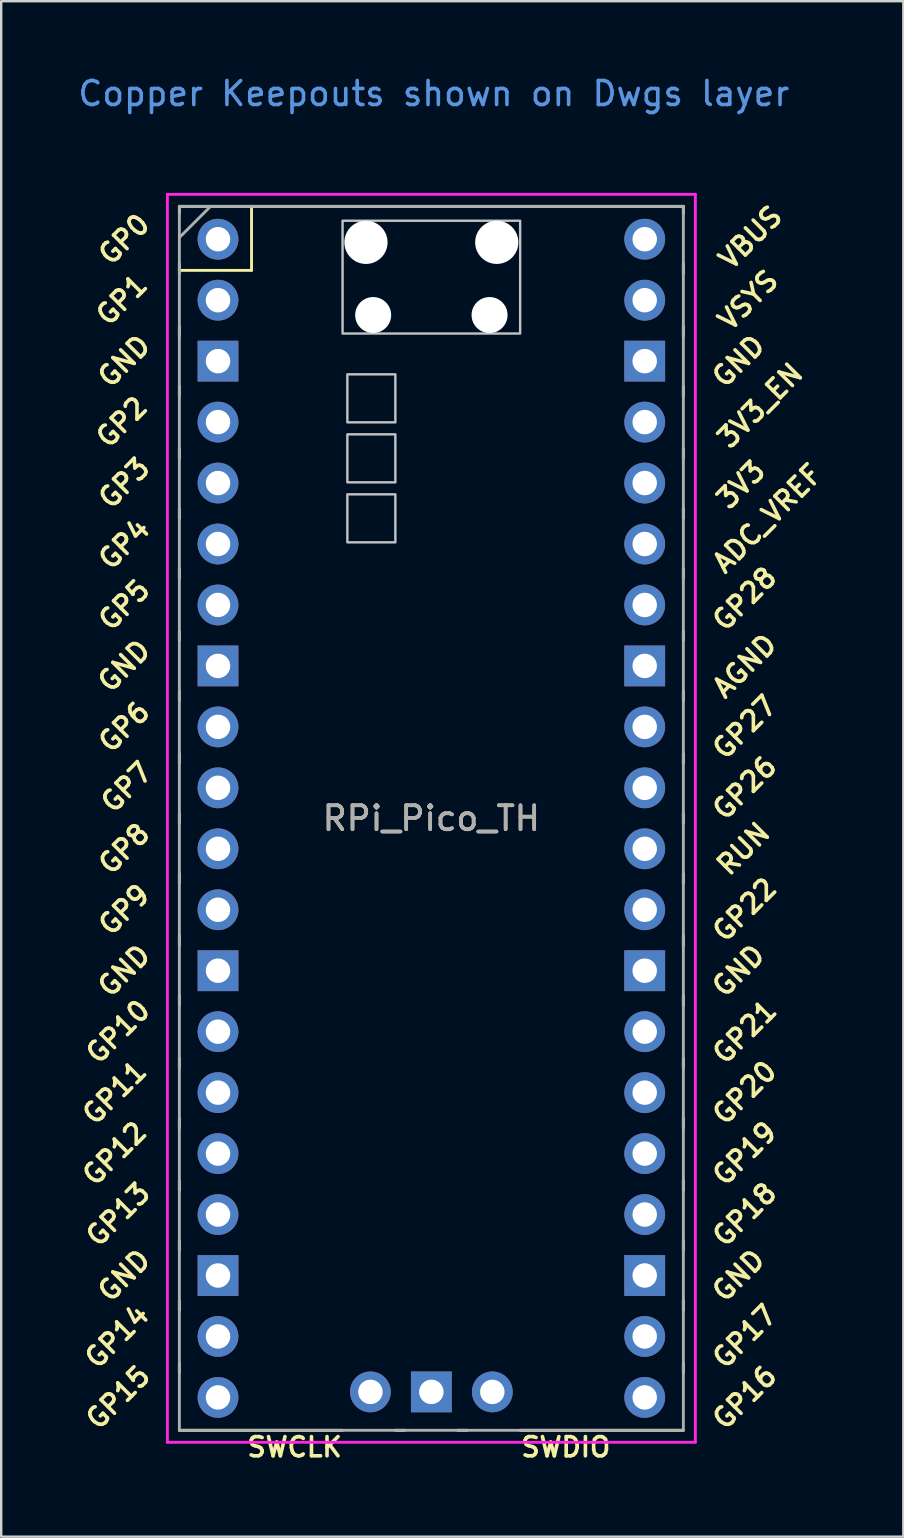
<source format=kicad_pcb>
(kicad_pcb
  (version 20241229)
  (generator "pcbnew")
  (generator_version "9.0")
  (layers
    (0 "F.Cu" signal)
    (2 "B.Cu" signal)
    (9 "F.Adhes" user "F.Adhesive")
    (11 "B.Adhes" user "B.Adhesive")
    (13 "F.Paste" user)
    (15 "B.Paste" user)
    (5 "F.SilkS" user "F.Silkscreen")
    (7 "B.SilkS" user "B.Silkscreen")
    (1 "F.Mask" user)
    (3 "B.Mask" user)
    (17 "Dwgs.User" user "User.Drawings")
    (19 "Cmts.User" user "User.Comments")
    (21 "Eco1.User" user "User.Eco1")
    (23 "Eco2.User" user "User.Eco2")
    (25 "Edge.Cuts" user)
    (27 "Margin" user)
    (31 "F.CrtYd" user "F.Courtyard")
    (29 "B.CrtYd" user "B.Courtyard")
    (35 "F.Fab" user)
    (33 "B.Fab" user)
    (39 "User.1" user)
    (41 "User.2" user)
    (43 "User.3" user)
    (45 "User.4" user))
  (footprint "RPi_Pico_TH"
    (layer "F.Cu")
    (at 14.924 31.048)
    (property "Reference" "RPi_Pico_TH" (at 0 0 0) (layer "F.SilkS") (effects (font (size 1 1) (thickness 0.15))))
    (attr through_hole)
    (fp_line (start -10.5 -25.5) (end -10.5 -25.2) (stroke (width 0.12) (type solid)) (layer "F.SilkS"))
    (fp_line (start -10.5 -25.5) (end 10.5 -25.5) (stroke (width 0.12) (type solid)) (layer "F.SilkS"))
    (fp_line (start -10.5 -23.1) (end -10.5 -22.7) (stroke (width 0.12) (type solid)) (layer "F.SilkS"))
    (fp_line (start -10.5 -22.833) (end -7.493 -22.833) (stroke (width 0.12) (type solid)) (layer "F.SilkS"))
    (fp_line (start -10.5 -20.5) (end -10.5 -20.1) (stroke (width 0.12) (type solid)) (layer "F.SilkS"))
    (fp_line (start -10.5 -18) (end -10.5 -17.6) (stroke (width 0.12) (type solid)) (layer "F.SilkS"))
    (fp_line (start -10.5 -15.4) (end -10.5 -15) (stroke (width 0.12) (type solid)) (layer "F.SilkS"))
    (fp_line (start -10.5 -12.9) (end -10.5 -12.5) (stroke (width 0.12) (type solid)) (layer "F.SilkS"))
    (fp_line (start -10.5 -10.4) (end -10.5 -10) (stroke (width 0.12) (type solid)) (layer "F.SilkS"))
    (fp_line (start -10.5 -7.8) (end -10.5 -7.4) (stroke (width 0.12) (type solid)) (layer "F.SilkS"))
    (fp_line (start -10.5 -5.3) (end -10.5 -4.9) (stroke (width 0.12) (type solid)) (layer "F.SilkS"))
    (fp_line (start -10.5 -2.7) (end -10.5 -2.3) (stroke (width 0.12) (type solid)) (layer "F.SilkS"))
    (fp_line (start -10.5 -0.2) (end -10.5 0.2) (stroke (width 0.12) (type solid)) (layer "F.SilkS"))
    (fp_line (start -10.5 2.3) (end -10.5 2.7) (stroke (width 0.12) (type solid)) (layer "F.SilkS"))
    (fp_line (start -10.5 4.9) (end -10.5 5.3) (stroke (width 0.12) (type solid)) (layer "F.SilkS"))
    (fp_line (start -10.5 7.4) (end -10.5 7.8) (stroke (width 0.12) (type solid)) (layer "F.SilkS"))
    (fp_line (start -10.5 10) (end -10.5 10.4) (stroke (width 0.12) (type solid)) (layer "F.SilkS"))
    (fp_line (start -10.5 12.5) (end -10.5 12.9) (stroke (width 0.12) (type solid)) (layer "F.SilkS"))
    (fp_line (start -10.5 15.1) (end -10.5 15.5) (stroke (width 0.12) (type solid)) (layer "F.SilkS"))
    (fp_line (start -10.5 17.6) (end -10.5 18) (stroke (width 0.12) (type solid)) (layer "F.SilkS"))
    (fp_line (start -10.5 20.1) (end -10.5 20.5) (stroke (width 0.12) (type solid)) (layer "F.SilkS"))
    (fp_line (start -10.5 22.7) (end -10.5 23.1) (stroke (width 0.12) (type solid)) (layer "F.SilkS"))
    (fp_line (start -7.493 -22.833) (end -7.493 -25.5) (stroke (width 0.12) (type solid)) (layer "F.SilkS"))
    (fp_line (start -3.7 25.5) (end -10.5 25.5) (stroke (width 0.12) (type solid)) (layer "F.SilkS"))
    (fp_line (start -1.5 25.5) (end -1.1 25.5) (stroke (width 0.12) (type solid)) (layer "F.SilkS"))
    (fp_line (start 1.1 25.5) (end 1.5 25.5) (stroke (width 0.12) (type solid)) (layer "F.SilkS"))
    (fp_line (start 10.5 -25.5) (end 10.5 -25.2) (stroke (width 0.12) (type solid)) (layer "F.SilkS"))
    (fp_line (start 10.5 -23.1) (end 10.5 -22.7) (stroke (width 0.12) (type solid)) (layer "F.SilkS"))
    (fp_line (start 10.5 -20.5) (end 10.5 -20.1) (stroke (width 0.12) (type solid)) (layer "F.SilkS"))
    (fp_line (start 10.5 -18) (end 10.5 -17.6) (stroke (width 0.12) (type solid)) (layer "F.SilkS"))
    (fp_line (start 10.5 -15.4) (end 10.5 -15) (stroke (width 0.12) (type solid)) (layer "F.SilkS"))
    (fp_line (start 10.5 -12.9) (end 10.5 -12.5) (stroke (width 0.12) (type solid)) (layer "F.SilkS"))
    (fp_line (start 10.5 -10.4) (end 10.5 -10) (stroke (width 0.12) (type solid)) (layer "F.SilkS"))
    (fp_line (start 10.5 -7.8) (end 10.5 -7.4) (stroke (width 0.12) (type solid)) (layer "F.SilkS"))
    (fp_line (start 10.5 -5.3) (end 10.5 -4.9) (stroke (width 0.12) (type solid)) (layer "F.SilkS"))
    (fp_line (start 10.5 -2.7) (end 10.5 -2.3) (stroke (width 0.12) (type solid)) (layer "F.SilkS"))
    (fp_line (start 10.5 -0.2) (end 10.5 0.2) (stroke (width 0.12) (type solid)) (layer "F.SilkS"))
    (fp_line (start 10.5 2.3) (end 10.5 2.7) (stroke (width 0.12) (type solid)) (layer "F.SilkS"))
    (fp_line (start 10.5 4.9) (end 10.5 5.3) (stroke (width 0.12) (type solid)) (layer "F.SilkS"))
    (fp_line (start 10.5 7.4) (end 10.5 7.8) (stroke (width 0.12) (type solid)) (layer "F.SilkS"))
    (fp_line (start 10.5 10) (end 10.5 10.4) (stroke (width 0.12) (type solid)) (layer "F.SilkS"))
    (fp_line (start 10.5 12.5) (end 10.5 12.9) (stroke (width 0.12) (type solid)) (layer "F.SilkS"))
    (fp_line (start 10.5 15.1) (end 10.5 15.5) (stroke (width 0.12) (type solid)) (layer "F.SilkS"))
    (fp_line (start 10.5 17.6) (end 10.5 18) (stroke (width 0.12) (type solid)) (layer "F.SilkS"))
    (fp_line (start 10.5 20.1) (end 10.5 20.5) (stroke (width 0.12) (type solid)) (layer "F.SilkS"))
    (fp_line (start 10.5 22.7) (end 10.5 23.1) (stroke (width 0.12) (type solid)) (layer "F.SilkS"))
    (fp_line (start 10.5 25.5) (end 3.7 25.5) (stroke (width 0.12) (type solid)) (layer "F.SilkS"))
    (fp_poly (pts (xy -1.5 -16.5) (xy -3.5 -16.5) (xy -3.5 -18.5) (xy -1.5 -18.5)) (stroke (width 0.1) (type solid)) (fill no) (layer "Dwgs.User"))
    (fp_poly (pts (xy -1.5 -14) (xy -3.5 -14) (xy -3.5 -16) (xy -1.5 -16)) (stroke (width 0.1) (type solid)) (fill no) (layer "Dwgs.User"))
    (fp_poly (pts (xy -1.5 -11.5) (xy -3.5 -11.5) (xy -3.5 -13.5) (xy -1.5 -13.5)) (stroke (width 0.1) (type solid)) (fill no) (layer "Dwgs.User"))
    (fp_poly (pts (xy 3.7 -20.2) (xy -3.7 -20.2) (xy -3.7 -24.9) (xy 3.7 -24.9)) (stroke (width 0.1) (type solid)) (fill no) (layer "Dwgs.User"))
    (fp_line (start -11 -26) (end 11 -26) (stroke (width 0.12) (type solid)) (layer "F.CrtYd"))
    (fp_line (start -11 26) (end -11 -26) (stroke (width 0.12) (type solid)) (layer "F.CrtYd"))
    (fp_line (start 11 -26) (end 11 26) (stroke (width 0.12) (type solid)) (layer "F.CrtYd"))
    (fp_line (start 11 26) (end -11 26) (stroke (width 0.12) (type solid)) (layer "F.CrtYd"))
    (fp_line (start -10.5 -25.5) (end 10.5 -25.5) (stroke (width 0.12) (type solid)) (layer "F.Fab"))
    (fp_line (start -10.5 -24.2) (end -9.2 -25.5) (stroke (width 0.12) (type solid)) (layer "F.Fab"))
    (fp_line (start -10.5 25.5) (end -10.5 -25.5) (stroke (width 0.12) (type solid)) (layer "F.Fab"))
    (fp_line (start 10.5 -25.5) (end 10.5 25.5) (stroke (width 0.12) (type solid)) (layer "F.Fab"))
    (fp_line (start 10.5 25.5) (end -10.5 25.5) (stroke (width 0.12) (type solid)) (layer "F.Fab"))
    (fp_text user "ADC_VREF" (at 14 -12.5 45) (layer "F.SilkS") (effects (font (size 0.8 0.8) (thickness 0.15))))
    (fp_text user "SWDIO" (at 5.6 26.2 0) (layer "F.SilkS") (effects (font (size 0.8 0.8) (thickness 0.15))))
    (fp_text user "AGND" (at 13.054 -6.35 45) (layer "F.SilkS") (effects (font (size 0.8 0.8) (thickness 0.15))))
    (fp_text user "GND" (at -12.8 -6.35 45) (layer "F.SilkS") (effects (font (size 0.8 0.8) (thickness 0.15))))
    (fp_text user "GP14" (at -13.1 21.59 45) (layer "F.SilkS") (effects (font (size 0.8 0.8) (thickness 0.15))))
    (fp_text user "GP6" (at -12.8 -3.81 45) (layer "F.SilkS") (effects (font (size 0.8 0.8) (thickness 0.15))))
    (fp_text user "GND" (at 12.8 6.35 45) (layer "F.SilkS") (effects (font (size 0.8 0.8) (thickness 0.15))))
    (fp_text user "GP12" (at -13.2 13.97 45) (layer "F.SilkS") (effects (font (size 0.8 0.8) (thickness 0.15))))
    (fp_text user "GP13" (at -13.054 16.51 45) (layer "F.SilkS") (effects (font (size 0.8 0.8) (thickness 0.15))))
    (fp_text user "GP26" (at 13.054 -1.27 45) (layer "F.SilkS") (effects (font (size 0.8 0.8) (thickness 0.15))))
    (fp_text user "GND" (at -12.8 19.05 45) (layer "F.SilkS") (effects (font (size 0.8 0.8) (thickness 0.15))))
    (fp_text user "GP21" (at 13.054 8.9 45) (layer "F.SilkS") (effects (font (size 0.8 0.8) (thickness 0.15))))
    (fp_text user "GND" (at -12.8 6.35 45) (layer "F.SilkS") (effects (font (size 0.8 0.8) (thickness 0.15))))
    (fp_text user "GP11" (at -13.2 11.43 45) (layer "F.SilkS") (effects (font (size 0.8 0.8) (thickness 0.15))))
    (fp_text user "GND" (at 12.8 19.05 45) (layer "F.SilkS") (effects (font (size 0.8 0.8) (thickness 0.15))))
    (fp_text user "GP16" (at 13.054 24.13 45) (layer "F.SilkS") (effects (font (size 0.8 0.8) (thickness 0.15))))
    (fp_text user "GP4" (at -12.8 -11.43 45) (layer "F.SilkS") (effects (font (size 0.8 0.8) (thickness 0.15))))
    (fp_text user "GP2" (at -12.9 -16.51 45) (layer "F.SilkS") (effects (font (size 0.8 0.8) (thickness 0.15))))
    (fp_text user "GP10" (at -13.054 8.89 45) (layer "F.SilkS") (effects (font (size 0.8 0.8) (thickness 0.15))))
    (fp_text user "GND" (at -12.8 -19.05 45) (layer "F.SilkS") (effects (font (size 0.8 0.8) (thickness 0.15))))
    (fp_text user "GP9" (at -12.8 3.81 45) (layer "F.SilkS") (effects (font (size 0.8 0.8) (thickness 0.15))))
    (fp_text user "GP0" (at -12.8 -24.13 45) (layer "F.SilkS") (effects (font (size 0.8 0.8) (thickness 0.15))))
    (fp_text user "RUN" (at 13 1.27 45) (layer "F.SilkS") (effects (font (size 0.8 0.8) (thickness 0.15))))
    (fp_text user "3V3_EN" (at 13.7 -17.2 45) (layer "F.SilkS") (effects (font (size 0.8 0.8) (thickness 0.15))))
    (fp_text user "GP5" (at -12.8 -8.89 45) (layer "F.SilkS") (effects (font (size 0.8 0.8) (thickness 0.15))))
    (fp_text user "GP8" (at -12.8 1.27 45) (layer "F.SilkS") (effects (font (size 0.8 0.8) (thickness 0.15))))
    (fp_text user "GP19" (at 13.054 13.97 45) (layer "F.SilkS") (effects (font (size 0.8 0.8) (thickness 0.15))))
    (fp_text user "GP18" (at 13.054 16.51 45) (layer "F.SilkS") (effects (font (size 0.8 0.8) (thickness 0.15))))
    (fp_text user "VBUS" (at 13.3 -24.2 45) (layer "F.SilkS") (effects (font (size 0.8 0.8) (thickness 0.15))))
    (fp_text user "SWCLK" (at -5.7 26.2 0) (layer "F.SilkS") (effects (font (size 0.8 0.8) (thickness 0.15))))
    (fp_text user "GP28" (at 13.054 -9.144 45) (layer "F.SilkS") (effects (font (size 0.8 0.8) (thickness 0.15))))
    (fp_text user "GP27" (at 13.054 -3.8 45) (layer "F.SilkS") (effects (font (size 0.8 0.8) (thickness 0.15))))
    (fp_text user "GND" (at 12.8 -19.05 45) (layer "F.SilkS") (effects (font (size 0.8 0.8) (thickness 0.15))))
    (fp_text user "GP22" (at 13.054 3.81 45) (layer "F.SilkS") (effects (font (size 0.8 0.8) (thickness 0.15))))
    (fp_text user "3V3" (at 12.9 -13.9 45) (layer "F.SilkS") (effects (font (size 0.8 0.8) (thickness 0.15))))
    (fp_text user "GP7" (at -12.7 -1.3 45) (layer "F.SilkS") (effects (font (size 0.8 0.8) (thickness 0.15))))
    (fp_text user "GP3" (at -12.8 -13.97 45) (layer "F.SilkS") (effects (font (size 0.8 0.8) (thickness 0.15))))
    (fp_text user "VSYS" (at 13.2 -21.59 45) (layer "F.SilkS") (effects (font (size 0.8 0.8) (thickness 0.15))))
    (fp_text user "GP15" (at -13.054 24.13 45) (layer "F.SilkS") (effects (font (size 0.8 0.8) (thickness 0.15))))
    (fp_text user "GP17" (at 13.054 21.59 45) (layer "F.SilkS") (effects (font (size 0.8 0.8) (thickness 0.15))))
    (fp_text user "GP20" (at 13.054 11.43 45) (layer "F.SilkS") (effects (font (size 0.8 0.8) (thickness 0.15))))
    (fp_text user "GP1" (at -12.9 -21.6 45) (layer "F.SilkS") (effects (font (size 0.8 0.8) (thickness 0.15))))
    (fp_text user "Copper Keepouts shown on Dwgs layer" (at 0.1 -30.2 0) (layer "Cmts.User") (effects (font (size 1 1) (thickness 0.15))))
    (fp_text user "${REFERENCE}" (at 0 0 180) (layer "F.Fab") (effects (font (size 1 1) (thickness 0.15))))
    (pad "" np_thru_hole oval (at -2.725 -24) (size 1.8 1.8) (drill 1.8) (layers "*.Cu" "*.Mask"))
    (pad "" np_thru_hole oval (at -2.425 -20.97) (size 1.5 1.5) (drill 1.5) (layers "*.Cu" "*.Mask"))
    (pad "" np_thru_hole oval (at 2.425 -20.97) (size 1.5 1.5) (drill 1.5) (layers "*.Cu" "*.Mask"))
    (pad "" np_thru_hole oval (at 2.725 -24) (size 1.8 1.8) (drill 1.8) (layers "*.Cu" "*.Mask"))
    (pad "1" thru_hole oval (at -8.89 -24.13) (size 1.7 1.7) (drill 1.02) (layers "*.Cu" "*.Mask"))
    (pad "2" thru_hole oval (at -8.89 -21.59) (size 1.7 1.7) (drill 1.02) (layers "*.Cu" "*.Mask"))
    (pad "3" thru_hole rect (at -8.89 -19.05) (size 1.7 1.7) (drill 1.02) (layers "*.Cu" "*.Mask"))
    (pad "4" thru_hole oval (at -8.89 -16.51) (size 1.7 1.7) (drill 1.02) (layers "*.Cu" "*.Mask"))
    (pad "5" thru_hole oval (at -8.89 -13.97) (size 1.7 1.7) (drill 1.02) (layers "*.Cu" "*.Mask"))
    (pad "6" thru_hole oval (at -8.89 -11.43) (size 1.7 1.7) (drill 1.02) (layers "*.Cu" "*.Mask"))
    (pad "7" thru_hole oval (at -8.89 -8.89) (size 1.7 1.7) (drill 1.02) (layers "*.Cu" "*.Mask"))
    (pad "8" thru_hole rect (at -8.89 -6.35) (size 1.7 1.7) (drill 1.02) (layers "*.Cu" "*.Mask"))
    (pad "9" thru_hole oval (at -8.89 -3.81) (size 1.7 1.7) (drill 1.02) (layers "*.Cu" "*.Mask"))
    (pad "10" thru_hole oval (at -8.89 -1.27) (size 1.7 1.7) (drill 1.02) (layers "*.Cu" "*.Mask"))
    (pad "11" thru_hole oval (at -8.89 1.27) (size 1.7 1.7) (drill 1.02) (layers "*.Cu" "*.Mask"))
    (pad "12" thru_hole oval (at -8.89 3.81) (size 1.7 1.7) (drill 1.02) (layers "*.Cu" "*.Mask"))
    (pad "13" thru_hole rect (at -8.89 6.35) (size 1.7 1.7) (drill 1.02) (layers "*.Cu" "*.Mask"))
    (pad "14" thru_hole oval (at -8.89 8.89) (size 1.7 1.7) (drill 1.02) (layers "*.Cu" "*.Mask"))
    (pad "15" thru_hole oval (at -8.89 11.43) (size 1.7 1.7) (drill 1.02) (layers "*.Cu" "*.Mask"))
    (pad "16" thru_hole oval (at -8.89 13.97) (size 1.7 1.7) (drill 1.02) (layers "*.Cu" "*.Mask"))
    (pad "17" thru_hole oval (at -8.89 16.51) (size 1.7 1.7) (drill 1.02) (layers "*.Cu" "*.Mask"))
    (pad "18" thru_hole rect (at -8.89 19.05) (size 1.7 1.7) (drill 1.02) (layers "*.Cu" "*.Mask"))
    (pad "19" thru_hole oval (at -8.89 21.59) (size 1.7 1.7) (drill 1.02) (layers "*.Cu" "*.Mask"))
    (pad "20" thru_hole oval (at -8.89 24.13) (size 1.7 1.7) (drill 1.02) (layers "*.Cu" "*.Mask"))
    (pad "21" thru_hole oval (at 8.89 24.13) (size 1.7 1.7) (drill 1.02) (layers "*.Cu" "*.Mask"))
    (pad "22" thru_hole oval (at 8.89 21.59) (size 1.7 1.7) (drill 1.02) (layers "*.Cu" "*.Mask"))
    (pad "23" thru_hole rect (at 8.89 19.05) (size 1.7 1.7) (drill 1.02) (layers "*.Cu" "*.Mask"))
    (pad "24" thru_hole oval (at 8.89 16.51) (size 1.7 1.7) (drill 1.02) (layers "*.Cu" "*.Mask"))
    (pad "25" thru_hole oval (at 8.89 13.97) (size 1.7 1.7) (drill 1.02) (layers "*.Cu" "*.Mask"))
    (pad "26" thru_hole oval (at 8.89 11.43) (size 1.7 1.7) (drill 1.02) (layers "*.Cu" "*.Mask"))
    (pad "27" thru_hole oval (at 8.89 8.89) (size 1.7 1.7) (drill 1.02) (layers "*.Cu" "*.Mask"))
    (pad "28" thru_hole rect (at 8.89 6.35) (size 1.7 1.7) (drill 1.02) (layers "*.Cu" "*.Mask"))
    (pad "29" thru_hole oval (at 8.89 3.81) (size 1.7 1.7) (drill 1.02) (layers "*.Cu" "*.Mask"))
    (pad "30" thru_hole oval (at 8.89 1.27) (size 1.7 1.7) (drill 1.02) (layers "*.Cu" "*.Mask"))
    (pad "31" thru_hole oval (at 8.89 -1.27) (size 1.7 1.7) (drill 1.02) (layers "*.Cu" "*.Mask"))
    (pad "32" thru_hole oval (at 8.89 -3.81) (size 1.7 1.7) (drill 1.02) (layers "*.Cu" "*.Mask"))
    (pad "33" thru_hole rect (at 8.89 -6.35) (size 1.7 1.7) (drill 1.02) (layers "*.Cu" "*.Mask"))
    (pad "34" thru_hole oval (at 8.89 -8.89) (size 1.7 1.7) (drill 1.02) (layers "*.Cu" "*.Mask"))
    (pad "35" thru_hole oval (at 8.89 -11.43) (size 1.7 1.7) (drill 1.02) (layers "*.Cu" "*.Mask"))
    (pad "36" thru_hole oval (at 8.89 -13.97) (size 1.7 1.7) (drill 1.02) (layers "*.Cu" "*.Mask"))
    (pad "37" thru_hole oval (at 8.89 -16.51) (size 1.7 1.7) (drill 1.02) (layers "*.Cu" "*.Mask"))
    (pad "38" thru_hole rect (at 8.89 -19.05) (size 1.7 1.7) (drill 1.02) (layers "*.Cu" "*.Mask"))
    (pad "39" thru_hole oval (at 8.89 -21.59) (size 1.7 1.7) (drill 1.02) (layers "*.Cu" "*.Mask"))
    (pad "40" thru_hole oval (at 8.89 -24.13) (size 1.7 1.7) (drill 1.02) (layers "*.Cu" "*.Mask"))
    (pad "41" thru_hole oval (at -2.54 23.9) (size 1.7 1.7) (drill 1.02) (layers "*.Cu" "*.Mask"))
    (pad "42" thru_hole rect (at 0 23.9) (size 1.7 1.7) (drill 1.02) (layers "*.Cu" "*.Mask"))
    (pad "43" thru_hole oval (at 2.54 23.9) (size 1.7 1.7) (drill 1.02) (layers "*.Cu" "*.Mask")))
  (gr_rect
    (start -3 -3)
    (end 34.591 60.98)
    (stroke (width 0.1) (type default))
    (fill no)
    (layer "Edge.Cuts")))
</source>
